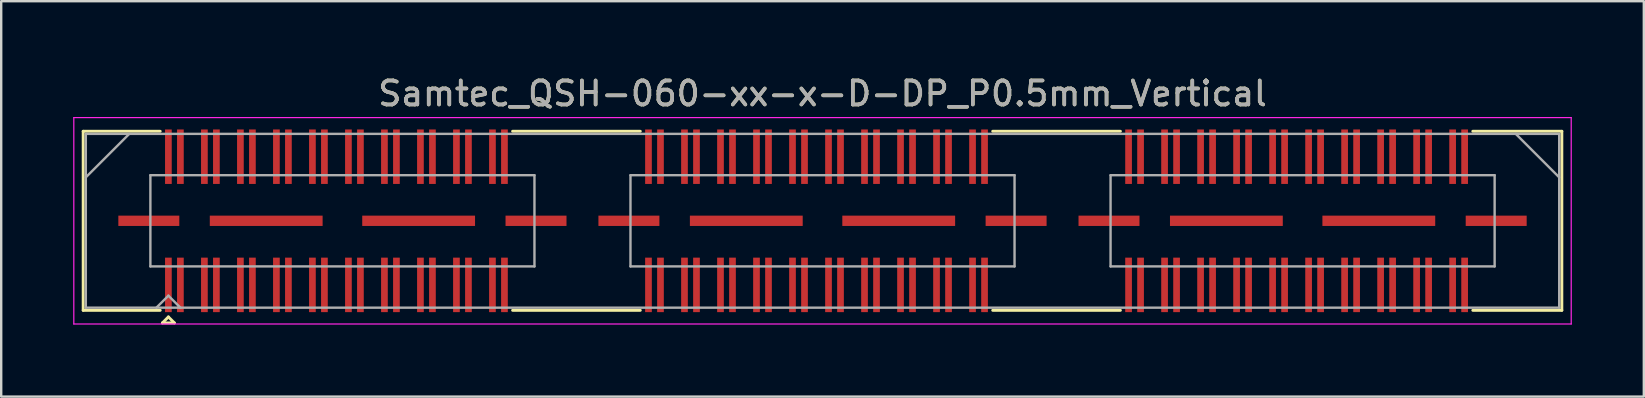
<source format=kicad_pcb>
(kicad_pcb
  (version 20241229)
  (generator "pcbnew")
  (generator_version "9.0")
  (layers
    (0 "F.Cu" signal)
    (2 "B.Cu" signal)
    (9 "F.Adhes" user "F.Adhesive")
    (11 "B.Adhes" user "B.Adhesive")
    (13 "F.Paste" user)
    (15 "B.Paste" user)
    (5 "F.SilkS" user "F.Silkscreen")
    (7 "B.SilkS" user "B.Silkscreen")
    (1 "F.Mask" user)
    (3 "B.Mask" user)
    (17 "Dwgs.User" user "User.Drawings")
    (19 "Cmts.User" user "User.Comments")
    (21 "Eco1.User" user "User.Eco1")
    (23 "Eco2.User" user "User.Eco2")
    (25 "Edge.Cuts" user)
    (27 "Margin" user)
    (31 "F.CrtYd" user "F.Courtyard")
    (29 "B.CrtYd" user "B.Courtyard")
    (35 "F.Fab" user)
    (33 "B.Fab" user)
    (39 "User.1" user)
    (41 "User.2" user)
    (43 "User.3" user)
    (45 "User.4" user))
  (footprint "Samtec_QSH-060-xx-x-D-DP_P0.5mm_Vertical"
    (layer "F.Cu")
    (at 31.215 6.148)
    (property "Reference" "Samtec_QSH-060-xx-x-D-DP_P0.5mm_Vertical" (at 0 -5.3 0) (layer "F.SilkS") (effects (font (size 1 1) (thickness 0.15))))
    (attr smd)
    (fp_line (start -30.8 -3.73) (end -27.59 -3.73) (stroke (width 0.12) (type solid)) (layer "F.SilkS"))
    (fp_line (start -30.8 3.73) (end -30.8 -3.73) (stroke (width 0.12) (type solid)) (layer "F.SilkS"))
    (fp_line (start -27.59 3.73) (end -30.8 3.73) (stroke (width 0.12) (type solid)) (layer "F.SilkS"))
    (fp_line (start -27.5 4.255) (end -27.25 4.005) (stroke (width 0.12) (type solid)) (layer "F.SilkS"))
    (fp_line (start -27.25 4.005) (end -27 4.255) (stroke (width 0.12) (type solid)) (layer "F.SilkS"))
    (fp_line (start -27 4.255) (end -27.5 4.255) (stroke (width 0.12) (type solid)) (layer "F.SilkS"))
    (fp_line (start -12.911 -3.73) (end -7.59 -3.73) (stroke (width 0.12) (type solid)) (layer "F.SilkS"))
    (fp_line (start -12.911 3.73) (end -7.59 3.73) (stroke (width 0.12) (type solid)) (layer "F.SilkS"))
    (fp_line (start 7.09 -3.73) (end 12.411 -3.73) (stroke (width 0.12) (type solid)) (layer "F.SilkS"))
    (fp_line (start 7.09 3.73) (end 12.411 3.73) (stroke (width 0.12) (type solid)) (layer "F.SilkS"))
    (fp_line (start 27.09 3.73) (end 30.8 3.73) (stroke (width 0.12) (type solid)) (layer "F.SilkS"))
    (fp_line (start 30.8 -3.73) (end 27.09 -3.73) (stroke (width 0.12) (type solid)) (layer "F.SilkS"))
    (fp_line (start 30.8 3.73) (end 30.8 -3.73) (stroke (width 0.12) (type solid)) (layer "F.SilkS"))
    (fp_line (start -31.19 -4.3) (end -31.19 4.3) (stroke (width 0.05) (type solid)) (layer "F.CrtYd"))
    (fp_line (start -31.19 4.3) (end 31.19 4.3) (stroke (width 0.05) (type solid)) (layer "F.CrtYd"))
    (fp_line (start 31.19 -4.3) (end -31.19 -4.3) (stroke (width 0.05) (type solid)) (layer "F.CrtYd"))
    (fp_line (start 31.19 4.3) (end 31.19 -4.3) (stroke (width 0.05) (type solid)) (layer "F.CrtYd"))
    (fp_line (start -30.69 -3.62) (end -30.69 3.62) (stroke (width 0.1) (type solid)) (layer "F.Fab"))
    (fp_line (start -30.69 -1.81) (end -28.88 -3.62) (stroke (width 0.1) (type solid)) (layer "F.Fab"))
    (fp_line (start -30.69 3.62) (end 30.69 3.62) (stroke (width 0.1) (type solid)) (layer "F.Fab"))
    (fp_line (start -28 -1.9) (end -28 1.9) (stroke (width 0.1) (type solid)) (layer "F.Fab"))
    (fp_line (start -28 1.9) (end -12 1.9) (stroke (width 0.1) (type solid)) (layer "F.Fab"))
    (fp_line (start -27.75 3.62) (end -27.25 3.12) (stroke (width 0.1) (type solid)) (layer "F.Fab"))
    (fp_line (start -27.25 3.12) (end -26.75 3.62) (stroke (width 0.1) (type solid)) (layer "F.Fab"))
    (fp_line (start -12 -1.9) (end -28 -1.9) (stroke (width 0.1) (type solid)) (layer "F.Fab"))
    (fp_line (start -12 1.9) (end -12 -1.9) (stroke (width 0.1) (type solid)) (layer "F.Fab"))
    (fp_line (start -8 -1.9) (end -8 1.9) (stroke (width 0.1) (type solid)) (layer "F.Fab"))
    (fp_line (start -8 1.9) (end 8 1.9) (stroke (width 0.1) (type solid)) (layer "F.Fab"))
    (fp_line (start 8 -1.9) (end -8 -1.9) (stroke (width 0.1) (type solid)) (layer "F.Fab"))
    (fp_line (start 8 1.9) (end 8 -1.9) (stroke (width 0.1) (type solid)) (layer "F.Fab"))
    (fp_line (start 12 -1.9) (end 12 1.9) (stroke (width 0.1) (type solid)) (layer "F.Fab"))
    (fp_line (start 12 1.9) (end 28 1.9) (stroke (width 0.1) (type solid)) (layer "F.Fab"))
    (fp_line (start 28 -1.9) (end 12 -1.9) (stroke (width 0.1) (type solid)) (layer "F.Fab"))
    (fp_line (start 28 1.9) (end 28 -1.9) (stroke (width 0.1) (type solid)) (layer "F.Fab"))
    (fp_line (start 30.69 -3.62) (end -30.69 -3.62) (stroke (width 0.1) (type solid)) (layer "F.Fab"))
    (fp_line (start 30.69 -1.81) (end 28.88 -3.62) (stroke (width 0.1) (type solid)) (layer "F.Fab"))
    (fp_line (start 30.69 3.62) (end 30.69 -3.62) (stroke (width 0.1) (type solid)) (layer "F.Fab"))
    (fp_text user "${REFERENCE}" (at 0 -5.3 0) (layer "F.Fab") (effects (font (size 1 1) (thickness 0.15))))
    (pad "1" smd rect (at -27.25 2.67) (size 0.279 2.27) (layers "F.Cu" "F.Mask" "F.Paste"))
    (pad "2" smd rect (at -27.25 -2.67) (size 0.279 2.27) (layers "F.Cu" "F.Mask" "F.Paste"))
    (pad "3" smd rect (at -26.75 2.67) (size 0.279 2.27) (layers "F.Cu" "F.Mask" "F.Paste"))
    (pad "4" smd rect (at -26.75 -2.67) (size 0.279 2.27) (layers "F.Cu" "F.Mask" "F.Paste"))
    (pad "5" smd rect (at -25.75 2.67) (size 0.279 2.27) (layers "F.Cu" "F.Mask" "F.Paste"))
    (pad "6" smd rect (at -25.75 -2.67) (size 0.279 2.27) (layers "F.Cu" "F.Mask" "F.Paste"))
    (pad "7" smd rect (at -25.25 2.67) (size 0.279 2.27) (layers "F.Cu" "F.Mask" "F.Paste"))
    (pad "8" smd rect (at -25.25 -2.67) (size 0.279 2.27) (layers "F.Cu" "F.Mask" "F.Paste"))
    (pad "9" smd rect (at -24.25 2.67) (size 0.279 2.27) (layers "F.Cu" "F.Mask" "F.Paste"))
    (pad "10" smd rect (at -24.25 -2.67) (size 0.279 2.27) (layers "F.Cu" "F.Mask" "F.Paste"))
    (pad "11" smd rect (at -23.75 2.67) (size 0.279 2.27) (layers "F.Cu" "F.Mask" "F.Paste"))
    (pad "12" smd rect (at -23.75 -2.67) (size 0.279 2.27) (layers "F.Cu" "F.Mask" "F.Paste"))
    (pad "13" smd rect (at -22.75 2.67) (size 0.279 2.27) (layers "F.Cu" "F.Mask" "F.Paste"))
    (pad "14" smd rect (at -22.75 -2.67) (size 0.279 2.27) (layers "F.Cu" "F.Mask" "F.Paste"))
    (pad "15" smd rect (at -22.25 2.67) (size 0.279 2.27) (layers "F.Cu" "F.Mask" "F.Paste"))
    (pad "16" smd rect (at -22.25 -2.67) (size 0.279 2.27) (layers "F.Cu" "F.Mask" "F.Paste"))
    (pad "17" smd rect (at -21.25 2.67) (size 0.279 2.27) (layers "F.Cu" "F.Mask" "F.Paste"))
    (pad "18" smd rect (at -21.25 -2.67) (size 0.279 2.27) (layers "F.Cu" "F.Mask" "F.Paste"))
    (pad "19" smd rect (at -20.75 2.67) (size 0.279 2.27) (layers "F.Cu" "F.Mask" "F.Paste"))
    (pad "20" smd rect (at -20.75 -2.67) (size 0.279 2.27) (layers "F.Cu" "F.Mask" "F.Paste"))
    (pad "21" smd rect (at -19.75 2.67) (size 0.279 2.27) (layers "F.Cu" "F.Mask" "F.Paste"))
    (pad "22" smd rect (at -19.75 -2.67) (size 0.279 2.27) (layers "F.Cu" "F.Mask" "F.Paste"))
    (pad "23" smd rect (at -19.25 2.67) (size 0.279 2.27) (layers "F.Cu" "F.Mask" "F.Paste"))
    (pad "24" smd rect (at -19.25 -2.67) (size 0.279 2.27) (layers "F.Cu" "F.Mask" "F.Paste"))
    (pad "25" smd rect (at -18.25 2.67) (size 0.279 2.27) (layers "F.Cu" "F.Mask" "F.Paste"))
    (pad "26" smd rect (at -18.25 -2.67) (size 0.279 2.27) (layers "F.Cu" "F.Mask" "F.Paste"))
    (pad "27" smd rect (at -17.75 2.67) (size 0.279 2.27) (layers "F.Cu" "F.Mask" "F.Paste"))
    (pad "28" smd rect (at -17.75 -2.67) (size 0.279 2.27) (layers "F.Cu" "F.Mask" "F.Paste"))
    (pad "29" smd rect (at -16.75 2.67) (size 0.279 2.27) (layers "F.Cu" "F.Mask" "F.Paste"))
    (pad "30" smd rect (at -16.75 -2.67) (size 0.279 2.27) (layers "F.Cu" "F.Mask" "F.Paste"))
    (pad "31" smd rect (at -16.25 2.67) (size 0.279 2.27) (layers "F.Cu" "F.Mask" "F.Paste"))
    (pad "32" smd rect (at -16.25 -2.67) (size 0.279 2.27) (layers "F.Cu" "F.Mask" "F.Paste"))
    (pad "33" smd rect (at -15.25 2.67) (size 0.279 2.27) (layers "F.Cu" "F.Mask" "F.Paste"))
    (pad "34" smd rect (at -15.25 -2.67) (size 0.279 2.27) (layers "F.Cu" "F.Mask" "F.Paste"))
    (pad "35" smd rect (at -14.75 2.67) (size 0.279 2.27) (layers "F.Cu" "F.Mask" "F.Paste"))
    (pad "36" smd rect (at -14.75 -2.67) (size 0.279 2.27) (layers "F.Cu" "F.Mask" "F.Paste"))
    (pad "37" smd rect (at -13.75 2.67) (size 0.279 2.27) (layers "F.Cu" "F.Mask" "F.Paste"))
    (pad "38" smd rect (at -13.75 -2.67) (size 0.279 2.27) (layers "F.Cu" "F.Mask" "F.Paste"))
    (pad "39" smd rect (at -13.25 2.67) (size 0.279 2.27) (layers "F.Cu" "F.Mask" "F.Paste"))
    (pad "40" smd rect (at -13.25 -2.67) (size 0.279 2.27) (layers "F.Cu" "F.Mask" "F.Paste"))
    (pad "41" smd rect (at -7.25 2.67) (size 0.279 2.27) (layers "F.Cu" "F.Mask" "F.Paste"))
    (pad "42" smd rect (at -7.25 -2.67) (size 0.279 2.27) (layers "F.Cu" "F.Mask" "F.Paste"))
    (pad "43" smd rect (at -6.75 2.67) (size 0.279 2.27) (layers "F.Cu" "F.Mask" "F.Paste"))
    (pad "44" smd rect (at -6.75 -2.67) (size 0.279 2.27) (layers "F.Cu" "F.Mask" "F.Paste"))
    (pad "45" smd rect (at -5.75 2.67) (size 0.279 2.27) (layers "F.Cu" "F.Mask" "F.Paste"))
    (pad "46" smd rect (at -5.75 -2.67) (size 0.279 2.27) (layers "F.Cu" "F.Mask" "F.Paste"))
    (pad "47" smd rect (at -5.25 2.67) (size 0.279 2.27) (layers "F.Cu" "F.Mask" "F.Paste"))
    (pad "48" smd rect (at -5.25 -2.67) (size 0.279 2.27) (layers "F.Cu" "F.Mask" "F.Paste"))
    (pad "49" smd rect (at -4.25 2.67) (size 0.279 2.27) (layers "F.Cu" "F.Mask" "F.Paste"))
    (pad "50" smd rect (at -4.25 -2.67) (size 0.279 2.27) (layers "F.Cu" "F.Mask" "F.Paste"))
    (pad "51" smd rect (at -3.75 2.67) (size 0.279 2.27) (layers "F.Cu" "F.Mask" "F.Paste"))
    (pad "52" smd rect (at -3.75 -2.67) (size 0.279 2.27) (layers "F.Cu" "F.Mask" "F.Paste"))
    (pad "53" smd rect (at -2.75 2.67) (size 0.279 2.27) (layers "F.Cu" "F.Mask" "F.Paste"))
    (pad "54" smd rect (at -2.75 -2.67) (size 0.279 2.27) (layers "F.Cu" "F.Mask" "F.Paste"))
    (pad "55" smd rect (at -2.25 2.67) (size 0.279 2.27) (layers "F.Cu" "F.Mask" "F.Paste"))
    (pad "56" smd rect (at -2.25 -2.67) (size 0.279 2.27) (layers "F.Cu" "F.Mask" "F.Paste"))
    (pad "57" smd rect (at -1.25 2.67) (size 0.279 2.27) (layers "F.Cu" "F.Mask" "F.Paste"))
    (pad "58" smd rect (at -1.25 -2.67) (size 0.279 2.27) (layers "F.Cu" "F.Mask" "F.Paste"))
    (pad "59" smd rect (at -0.75 2.67) (size 0.279 2.27) (layers "F.Cu" "F.Mask" "F.Paste"))
    (pad "60" smd rect (at -0.75 -2.67) (size 0.279 2.27) (layers "F.Cu" "F.Mask" "F.Paste"))
    (pad "61" smd rect (at 0.25 2.67) (size 0.279 2.27) (layers "F.Cu" "F.Mask" "F.Paste"))
    (pad "62" smd rect (at 0.25 -2.67) (size 0.279 2.27) (layers "F.Cu" "F.Mask" "F.Paste"))
    (pad "63" smd rect (at 0.75 2.67) (size 0.279 2.27) (layers "F.Cu" "F.Mask" "F.Paste"))
    (pad "64" smd rect (at 0.75 -2.67) (size 0.279 2.27) (layers "F.Cu" "F.Mask" "F.Paste"))
    (pad "65" smd rect (at 1.75 2.67) (size 0.279 2.27) (layers "F.Cu" "F.Mask" "F.Paste"))
    (pad "66" smd rect (at 1.75 -2.67) (size 0.279 2.27) (layers "F.Cu" "F.Mask" "F.Paste"))
    (pad "67" smd rect (at 2.25 2.67) (size 0.279 2.27) (layers "F.Cu" "F.Mask" "F.Paste"))
    (pad "68" smd rect (at 2.25 -2.67) (size 0.279 2.27) (layers "F.Cu" "F.Mask" "F.Paste"))
    (pad "69" smd rect (at 3.25 2.67) (size 0.279 2.27) (layers "F.Cu" "F.Mask" "F.Paste"))
    (pad "70" smd rect (at 3.25 -2.67) (size 0.279 2.27) (layers "F.Cu" "F.Mask" "F.Paste"))
    (pad "71" smd rect (at 3.75 2.67) (size 0.279 2.27) (layers "F.Cu" "F.Mask" "F.Paste"))
    (pad "72" smd rect (at 3.75 -2.67) (size 0.279 2.27) (layers "F.Cu" "F.Mask" "F.Paste"))
    (pad "73" smd rect (at 4.75 2.67) (size 0.279 2.27) (layers "F.Cu" "F.Mask" "F.Paste"))
    (pad "74" smd rect (at 4.75 -2.67) (size 0.279 2.27) (layers "F.Cu" "F.Mask" "F.Paste"))
    (pad "75" smd rect (at 5.25 2.67) (size 0.279 2.27) (layers "F.Cu" "F.Mask" "F.Paste"))
    (pad "76" smd rect (at 5.25 -2.67) (size 0.279 2.27) (layers "F.Cu" "F.Mask" "F.Paste"))
    (pad "77" smd rect (at 6.25 2.67) (size 0.279 2.27) (layers "F.Cu" "F.Mask" "F.Paste"))
    (pad "78" smd rect (at 6.25 -2.67) (size 0.279 2.27) (layers "F.Cu" "F.Mask" "F.Paste"))
    (pad "79" smd rect (at 6.75 2.67) (size 0.279 2.27) (layers "F.Cu" "F.Mask" "F.Paste"))
    (pad "80" smd rect (at 6.75 -2.67) (size 0.279 2.27) (layers "F.Cu" "F.Mask" "F.Paste"))
    (pad "81" smd rect (at 12.75 2.67) (size 0.279 2.27) (layers "F.Cu" "F.Mask" "F.Paste"))
    (pad "82" smd rect (at 12.75 -2.67) (size 0.279 2.27) (layers "F.Cu" "F.Mask" "F.Paste"))
    (pad "83" smd rect (at 13.25 2.67) (size 0.279 2.27) (layers "F.Cu" "F.Mask" "F.Paste"))
    (pad "84" smd rect (at 13.25 -2.67) (size 0.279 2.27) (layers "F.Cu" "F.Mask" "F.Paste"))
    (pad "85" smd rect (at 14.25 2.67) (size 0.279 2.27) (layers "F.Cu" "F.Mask" "F.Paste"))
    (pad "86" smd rect (at 14.25 -2.67) (size 0.279 2.27) (layers "F.Cu" "F.Mask" "F.Paste"))
    (pad "87" smd rect (at 14.75 2.67) (size 0.279 2.27) (layers "F.Cu" "F.Mask" "F.Paste"))
    (pad "88" smd rect (at 14.75 -2.67) (size 0.279 2.27) (layers "F.Cu" "F.Mask" "F.Paste"))
    (pad "89" smd rect (at 15.75 2.67) (size 0.279 2.27) (layers "F.Cu" "F.Mask" "F.Paste"))
    (pad "90" smd rect (at 15.75 -2.67) (size 0.279 2.27) (layers "F.Cu" "F.Mask" "F.Paste"))
    (pad "91" smd rect (at 16.25 2.67) (size 0.279 2.27) (layers "F.Cu" "F.Mask" "F.Paste"))
    (pad "92" smd rect (at 16.25 -2.67) (size 0.279 2.27) (layers "F.Cu" "F.Mask" "F.Paste"))
    (pad "93" smd rect (at 17.25 2.67) (size 0.279 2.27) (layers "F.Cu" "F.Mask" "F.Paste"))
    (pad "94" smd rect (at 17.25 -2.67) (size 0.279 2.27) (layers "F.Cu" "F.Mask" "F.Paste"))
    (pad "95" smd rect (at 17.75 2.67) (size 0.279 2.27) (layers "F.Cu" "F.Mask" "F.Paste"))
    (pad "96" smd rect (at 17.75 -2.67) (size 0.279 2.27) (layers "F.Cu" "F.Mask" "F.Paste"))
    (pad "97" smd rect (at 18.75 2.67) (size 0.279 2.27) (layers "F.Cu" "F.Mask" "F.Paste"))
    (pad "98" smd rect (at 18.75 -2.67) (size 0.279 2.27) (layers "F.Cu" "F.Mask" "F.Paste"))
    (pad "99" smd rect (at 19.25 2.67) (size 0.279 2.27) (layers "F.Cu" "F.Mask" "F.Paste"))
    (pad "100" smd rect (at 19.25 -2.67) (size 0.279 2.27) (layers "F.Cu" "F.Mask" "F.Paste"))
    (pad "101" smd rect (at 20.25 2.67) (size 0.279 2.27) (layers "F.Cu" "F.Mask" "F.Paste"))
    (pad "102" smd rect (at 20.25 -2.67) (size 0.279 2.27) (layers "F.Cu" "F.Mask" "F.Paste"))
    (pad "103" smd rect (at 20.75 2.67) (size 0.279 2.27) (layers "F.Cu" "F.Mask" "F.Paste"))
    (pad "104" smd rect (at 20.75 -2.67) (size 0.279 2.27) (layers "F.Cu" "F.Mask" "F.Paste"))
    (pad "105" smd rect (at 21.75 2.67) (size 0.279 2.27) (layers "F.Cu" "F.Mask" "F.Paste"))
    (pad "106" smd rect (at 21.75 -2.67) (size 0.279 2.27) (layers "F.Cu" "F.Mask" "F.Paste"))
    (pad "107" smd rect (at 22.25 2.67) (size 0.279 2.27) (layers "F.Cu" "F.Mask" "F.Paste"))
    (pad "108" smd rect (at 22.25 -2.67) (size 0.279 2.27) (layers "F.Cu" "F.Mask" "F.Paste"))
    (pad "109" smd rect (at 23.25 2.67) (size 0.279 2.27) (layers "F.Cu" "F.Mask" "F.Paste"))
    (pad "110" smd rect (at 23.25 -2.67) (size 0.279 2.27) (layers "F.Cu" "F.Mask" "F.Paste"))
    (pad "111" smd rect (at 23.75 2.67) (size 0.279 2.27) (layers "F.Cu" "F.Mask" "F.Paste"))
    (pad "112" smd rect (at 23.75 -2.67) (size 0.279 2.27) (layers "F.Cu" "F.Mask" "F.Paste"))
    (pad "113" smd rect (at 24.75 2.67) (size 0.279 2.27) (layers "F.Cu" "F.Mask" "F.Paste"))
    (pad "114" smd rect (at 24.75 -2.67) (size 0.279 2.27) (layers "F.Cu" "F.Mask" "F.Paste"))
    (pad "115" smd rect (at 25.25 2.67) (size 0.279 2.27) (layers "F.Cu" "F.Mask" "F.Paste"))
    (pad "116" smd rect (at 25.25 -2.67) (size 0.279 2.27) (layers "F.Cu" "F.Mask" "F.Paste"))
    (pad "117" smd rect (at 26.25 2.67) (size 0.279 2.27) (layers "F.Cu" "F.Mask" "F.Paste"))
    (pad "118" smd rect (at 26.25 -2.67) (size 0.279 2.27) (layers "F.Cu" "F.Mask" "F.Paste"))
    (pad "119" smd rect (at 26.75 2.67) (size 0.279 2.27) (layers "F.Cu" "F.Mask" "F.Paste"))
    (pad "120" smd rect (at 26.75 -2.67) (size 0.279 2.27) (layers "F.Cu" "F.Mask" "F.Paste"))
    (pad "121" smd rect (at -28.065 0) (size 2.54 0.43) (layers "F.Cu" "F.Mask" "F.Paste"))
    (pad "122" smd rect (at -23.175 0) (size 4.7 0.43) (layers "F.Cu" "F.Mask" "F.Paste"))
    (pad "123" smd rect (at -16.825 0) (size 4.7 0.43) (layers "F.Cu" "F.Mask" "F.Paste"))
    (pad "124" smd rect (at -11.935 0) (size 2.54 0.43) (layers "F.Cu" "F.Mask" "F.Paste"))
    (pad "125" smd rect (at -8.065 0) (size 2.54 0.43) (layers "F.Cu" "F.Mask" "F.Paste"))
    (pad "126" smd rect (at -3.175 0) (size 4.7 0.43) (layers "F.Cu" "F.Mask" "F.Paste"))
    (pad "127" smd rect (at 3.175 0) (size 4.7 0.43) (layers "F.Cu" "F.Mask" "F.Paste"))
    (pad "128" smd rect (at 8.065 0) (size 2.54 0.43) (layers "F.Cu" "F.Mask" "F.Paste"))
    (pad "129" smd rect (at 11.935 0) (size 2.54 0.43) (layers "F.Cu" "F.Mask" "F.Paste"))
    (pad "130" smd rect (at 16.825 0) (size 4.7 0.43) (layers "F.Cu" "F.Mask" "F.Paste"))
    (pad "131" smd rect (at 23.175 0) (size 4.7 0.43) (layers "F.Cu" "F.Mask" "F.Paste"))
    (pad "132" smd rect (at 28.065 0) (size 2.54 0.43) (layers "F.Cu" "F.Mask" "F.Paste")))
  (gr_rect
    (start -3 -3)
    (end 65.43 13.473)
    (stroke (width 0.1) (type default))
    (fill no)
    (layer "Edge.Cuts")))
</source>
